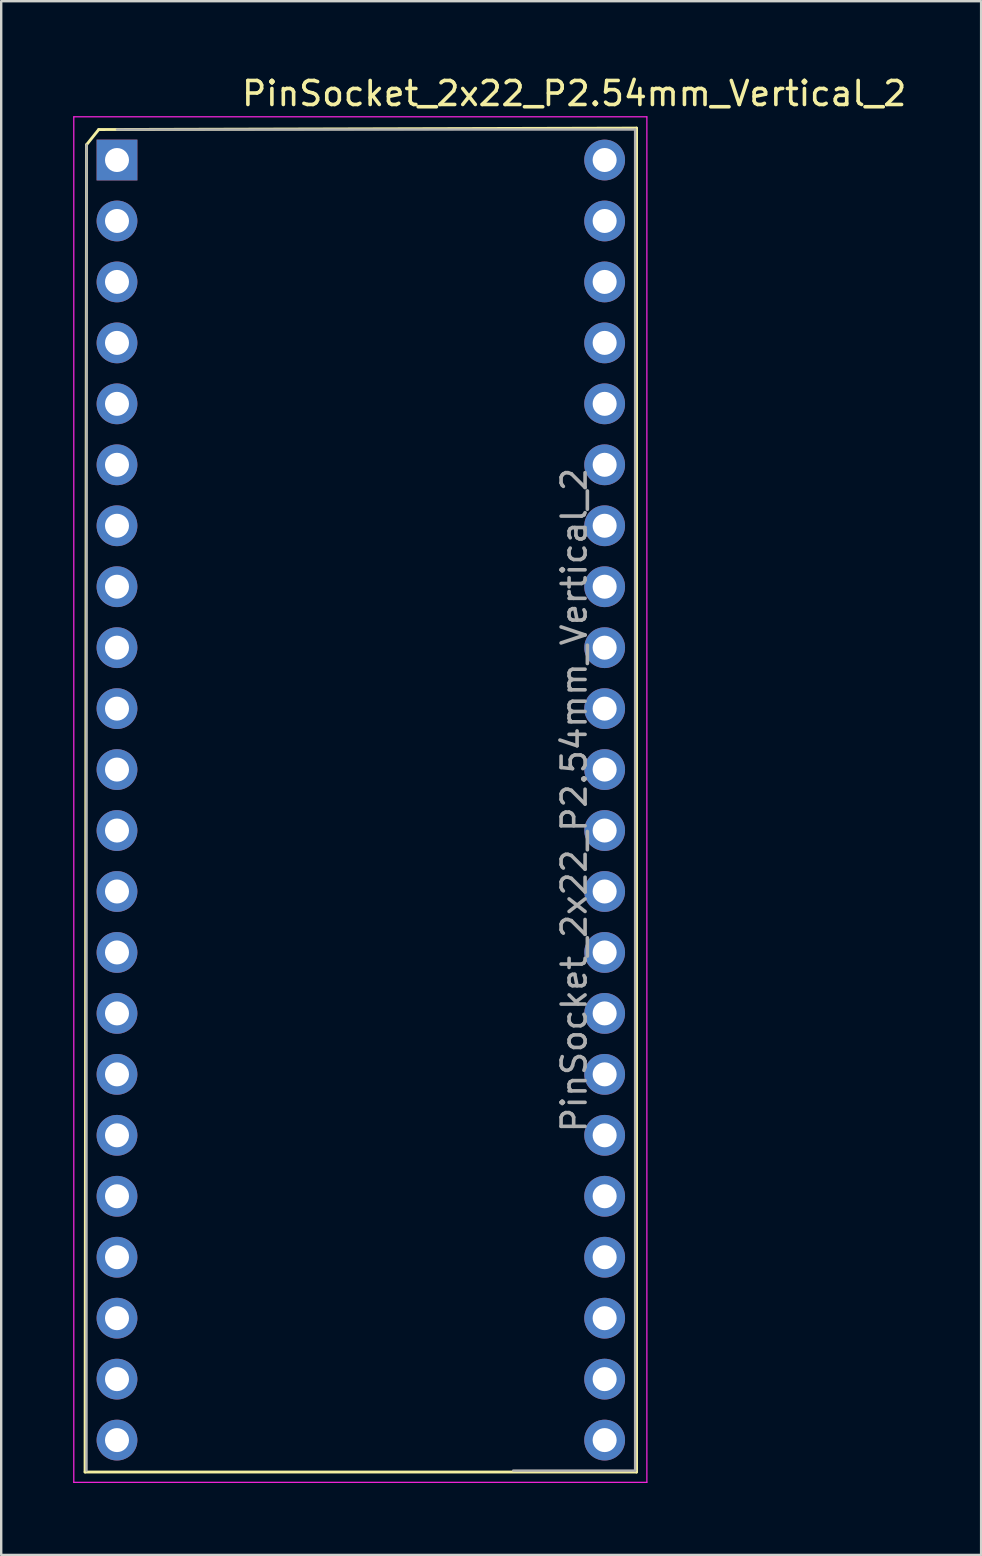
<source format=kicad_pcb>
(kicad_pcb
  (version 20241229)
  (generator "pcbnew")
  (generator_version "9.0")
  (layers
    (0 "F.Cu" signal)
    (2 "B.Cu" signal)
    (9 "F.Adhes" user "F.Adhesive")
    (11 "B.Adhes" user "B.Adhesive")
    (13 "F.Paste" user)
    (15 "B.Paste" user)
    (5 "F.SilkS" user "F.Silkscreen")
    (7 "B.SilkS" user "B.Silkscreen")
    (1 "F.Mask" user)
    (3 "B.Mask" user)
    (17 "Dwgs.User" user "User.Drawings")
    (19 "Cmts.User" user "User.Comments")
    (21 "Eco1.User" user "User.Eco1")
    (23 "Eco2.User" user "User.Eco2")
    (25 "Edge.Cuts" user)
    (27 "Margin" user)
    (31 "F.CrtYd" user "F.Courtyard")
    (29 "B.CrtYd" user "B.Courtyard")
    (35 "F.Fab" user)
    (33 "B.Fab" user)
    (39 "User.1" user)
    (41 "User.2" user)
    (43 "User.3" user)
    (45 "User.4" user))
  (footprint "PinSocket_2x22_P2.54mm_Vertical_2"
    (layer "F.Cu")
    (at 4.365 3.618)
    (property "Reference" "PinSocket_2x22_P2.54mm_Vertical_2" (at 16.51 -2.77 0) (layer "F.SilkS") (effects (font (size 1 1) (thickness 0.15))))
    (attr through_hole)
    (fp_line (start -3.87 54.67) (end 19.11 54.67) (stroke (width 0.12) (type solid)) (layer "F.SilkS"))
    (fp_line (start -3.81 -0.635) (end -3.87 54.67) (stroke (width 0.12) (type solid)) (layer "F.SilkS"))
    (fp_line (start -3.81 -0.635) (end -3.302 -1.27) (stroke (width 0.12) (type solid)) (layer "F.SilkS"))
    (fp_line (start -3.302 -1.27) (end 19.11 -1.33) (stroke (width 0.12) (type solid)) (layer "F.SilkS"))
    (fp_line (start 19.11 -1.33) (end 19.11 54.67) (stroke (width 0.12) (type solid)) (layer "F.SilkS"))
    (fp_line (start -4.34 -1.8) (end 19.54 -1.8) (stroke (width 0.05) (type solid)) (layer "F.CrtYd"))
    (fp_line (start -4.34 55.1) (end -4.34 -1.8) (stroke (width 0.05) (type solid)) (layer "F.CrtYd"))
    (fp_line (start 19.54 -1.8) (end 19.54 55.1) (stroke (width 0.05) (type solid)) (layer "F.CrtYd"))
    (fp_line (start 19.54 55.1) (end -4.34 55.1) (stroke (width 0.05) (type solid)) (layer "F.CrtYd"))
    (fp_line (start -3.81 54.61) (end -3.81 -0.635) (stroke (width 0.1) (type solid)) (layer "F.Fab"))
    (fp_line (start -2.54 -1.27) (end 19.05 -1.27) (stroke (width 0.1) (type solid)) (layer "F.Fab"))
    (fp_line (start 19.05 -1.27) (end 19.05 54.61) (stroke (width 0.1) (type solid)) (layer "F.Fab"))
    (fp_line (start 19.05 54.61) (end 13.97 54.61) (stroke (width 0.1) (type solid)) (layer "F.Fab"))
    (fp_text user "${REFERENCE}" (at 16.51 26.67 90) (layer "F.Fab") (effects (font (size 1 1) (thickness 0.15))))
    (pad "1" thru_hole rect (at -2.54 0) (size 1.7 1.7) (drill 1) (layers "*.Cu" "*.Mask"))
    (pad "2" thru_hole oval (at -2.54 2.54) (size 1.7 1.7) (drill 1) (layers "*.Cu" "*.Mask"))
    (pad "3" thru_hole oval (at -2.54 5.08) (size 1.7 1.7) (drill 1) (layers "*.Cu" "*.Mask"))
    (pad "4" thru_hole oval (at -2.54 7.62) (size 1.7 1.7) (drill 1) (layers "*.Cu" "*.Mask"))
    (pad "5" thru_hole oval (at -2.54 10.16) (size 1.7 1.7) (drill 1) (layers "*.Cu" "*.Mask"))
    (pad "6" thru_hole oval (at -2.54 12.7) (size 1.7 1.7) (drill 1) (layers "*.Cu" "*.Mask"))
    (pad "7" thru_hole oval (at -2.54 15.24) (size 1.7 1.7) (drill 1) (layers "*.Cu" "*.Mask"))
    (pad "8" thru_hole oval (at -2.54 17.78) (size 1.7 1.7) (drill 1) (layers "*.Cu" "*.Mask"))
    (pad "9" thru_hole oval (at -2.54 20.32) (size 1.7 1.7) (drill 1) (layers "*.Cu" "*.Mask"))
    (pad "10" thru_hole oval (at -2.54 22.86) (size 1.7 1.7) (drill 1) (layers "*.Cu" "*.Mask"))
    (pad "11" thru_hole oval (at -2.54 25.4) (size 1.7 1.7) (drill 1) (layers "*.Cu" "*.Mask"))
    (pad "12" thru_hole oval (at -2.54 27.94) (size 1.7 1.7) (drill 1) (layers "*.Cu" "*.Mask"))
    (pad "13" thru_hole oval (at -2.54 30.48) (size 1.7 1.7) (drill 1) (layers "*.Cu" "*.Mask"))
    (pad "14" thru_hole oval (at -2.54 33.02) (size 1.7 1.7) (drill 1) (layers "*.Cu" "*.Mask"))
    (pad "15" thru_hole oval (at -2.54 35.56) (size 1.7 1.7) (drill 1) (layers "*.Cu" "*.Mask"))
    (pad "16" thru_hole oval (at -2.54 38.1) (size 1.7 1.7) (drill 1) (layers "*.Cu" "*.Mask"))
    (pad "17" thru_hole oval (at -2.54 40.64) (size 1.7 1.7) (drill 1) (layers "*.Cu" "*.Mask"))
    (pad "18" thru_hole oval (at -2.54 43.18) (size 1.7 1.7) (drill 1) (layers "*.Cu" "*.Mask"))
    (pad "19" thru_hole oval (at -2.54 45.72) (size 1.7 1.7) (drill 1) (layers "*.Cu" "*.Mask"))
    (pad "20" thru_hole oval (at -2.54 48.26) (size 1.7 1.7) (drill 1) (layers "*.Cu" "*.Mask"))
    (pad "21" thru_hole oval (at -2.54 50.8) (size 1.7 1.7) (drill 1) (layers "*.Cu" "*.Mask"))
    (pad "22" thru_hole oval (at -2.54 53.34) (size 1.7 1.7) (drill 1) (layers "*.Cu" "*.Mask"))
    (pad "23" thru_hole oval (at 17.78 0) (size 1.7 1.7) (drill 1) (layers "*.Cu" "*.Mask"))
    (pad "24" thru_hole oval (at 17.78 2.54) (size 1.7 1.7) (drill 1) (layers "*.Cu" "*.Mask"))
    (pad "25" thru_hole oval (at 17.78 5.08) (size 1.7 1.7) (drill 1) (layers "*.Cu" "*.Mask"))
    (pad "26" thru_hole oval (at 17.78 7.62) (size 1.7 1.7) (drill 1) (layers "*.Cu" "*.Mask"))
    (pad "27" thru_hole oval (at 17.78 10.16) (size 1.7 1.7) (drill 1) (layers "*.Cu" "*.Mask"))
    (pad "28" thru_hole oval (at 17.78 12.7) (size 1.7 1.7) (drill 1) (layers "*.Cu" "*.Mask"))
    (pad "29" thru_hole oval (at 17.78 15.24) (size 1.7 1.7) (drill 1) (layers "*.Cu" "*.Mask"))
    (pad "30" thru_hole oval (at 17.78 17.78) (size 1.7 1.7) (drill 1) (layers "*.Cu" "*.Mask"))
    (pad "31" thru_hole oval (at 17.78 20.32) (size 1.7 1.7) (drill 1) (layers "*.Cu" "*.Mask"))
    (pad "32" thru_hole oval (at 17.78 22.86) (size 1.7 1.7) (drill 1) (layers "*.Cu" "*.Mask"))
    (pad "33" thru_hole oval (at 17.78 25.4) (size 1.7 1.7) (drill 1) (layers "*.Cu" "*.Mask"))
    (pad "34" thru_hole oval (at 17.78 27.94) (size 1.7 1.7) (drill 1) (layers "*.Cu" "*.Mask"))
    (pad "35" thru_hole oval (at 17.78 30.48) (size 1.7 1.7) (drill 1) (layers "*.Cu" "*.Mask"))
    (pad "36" thru_hole oval (at 17.78 33.02) (size 1.7 1.7) (drill 1) (layers "*.Cu" "*.Mask"))
    (pad "37" thru_hole oval (at 17.78 35.56) (size 1.7 1.7) (drill 1) (layers "*.Cu" "*.Mask"))
    (pad "38" thru_hole oval (at 17.78 38.1) (size 1.7 1.7) (drill 1) (layers "*.Cu" "*.Mask"))
    (pad "39" thru_hole oval (at 17.78 40.64) (size 1.7 1.7) (drill 1) (layers "*.Cu" "*.Mask"))
    (pad "40" thru_hole oval (at 17.78 43.18) (size 1.7 1.7) (drill 1) (layers "*.Cu" "*.Mask"))
    (pad "41" thru_hole oval (at 17.78 45.72) (size 1.7 1.7) (drill 1) (layers "*.Cu" "*.Mask"))
    (pad "42" thru_hole oval (at 17.78 48.26) (size 1.7 1.7) (drill 1) (layers "*.Cu" "*.Mask"))
    (pad "43" thru_hole oval (at 17.78 50.8) (size 1.7 1.7) (drill 1) (layers "*.Cu" "*.Mask"))
    (pad "44" thru_hole oval (at 17.78 53.34) (size 1.7 1.7) (drill 1) (layers "*.Cu" "*.Mask")))
  (gr_rect
    (start -3 -3)
    (end 37.833 61.743)
    (stroke (width 0.1) (type default))
    (fill no)
    (layer "Edge.Cuts")))
</source>
